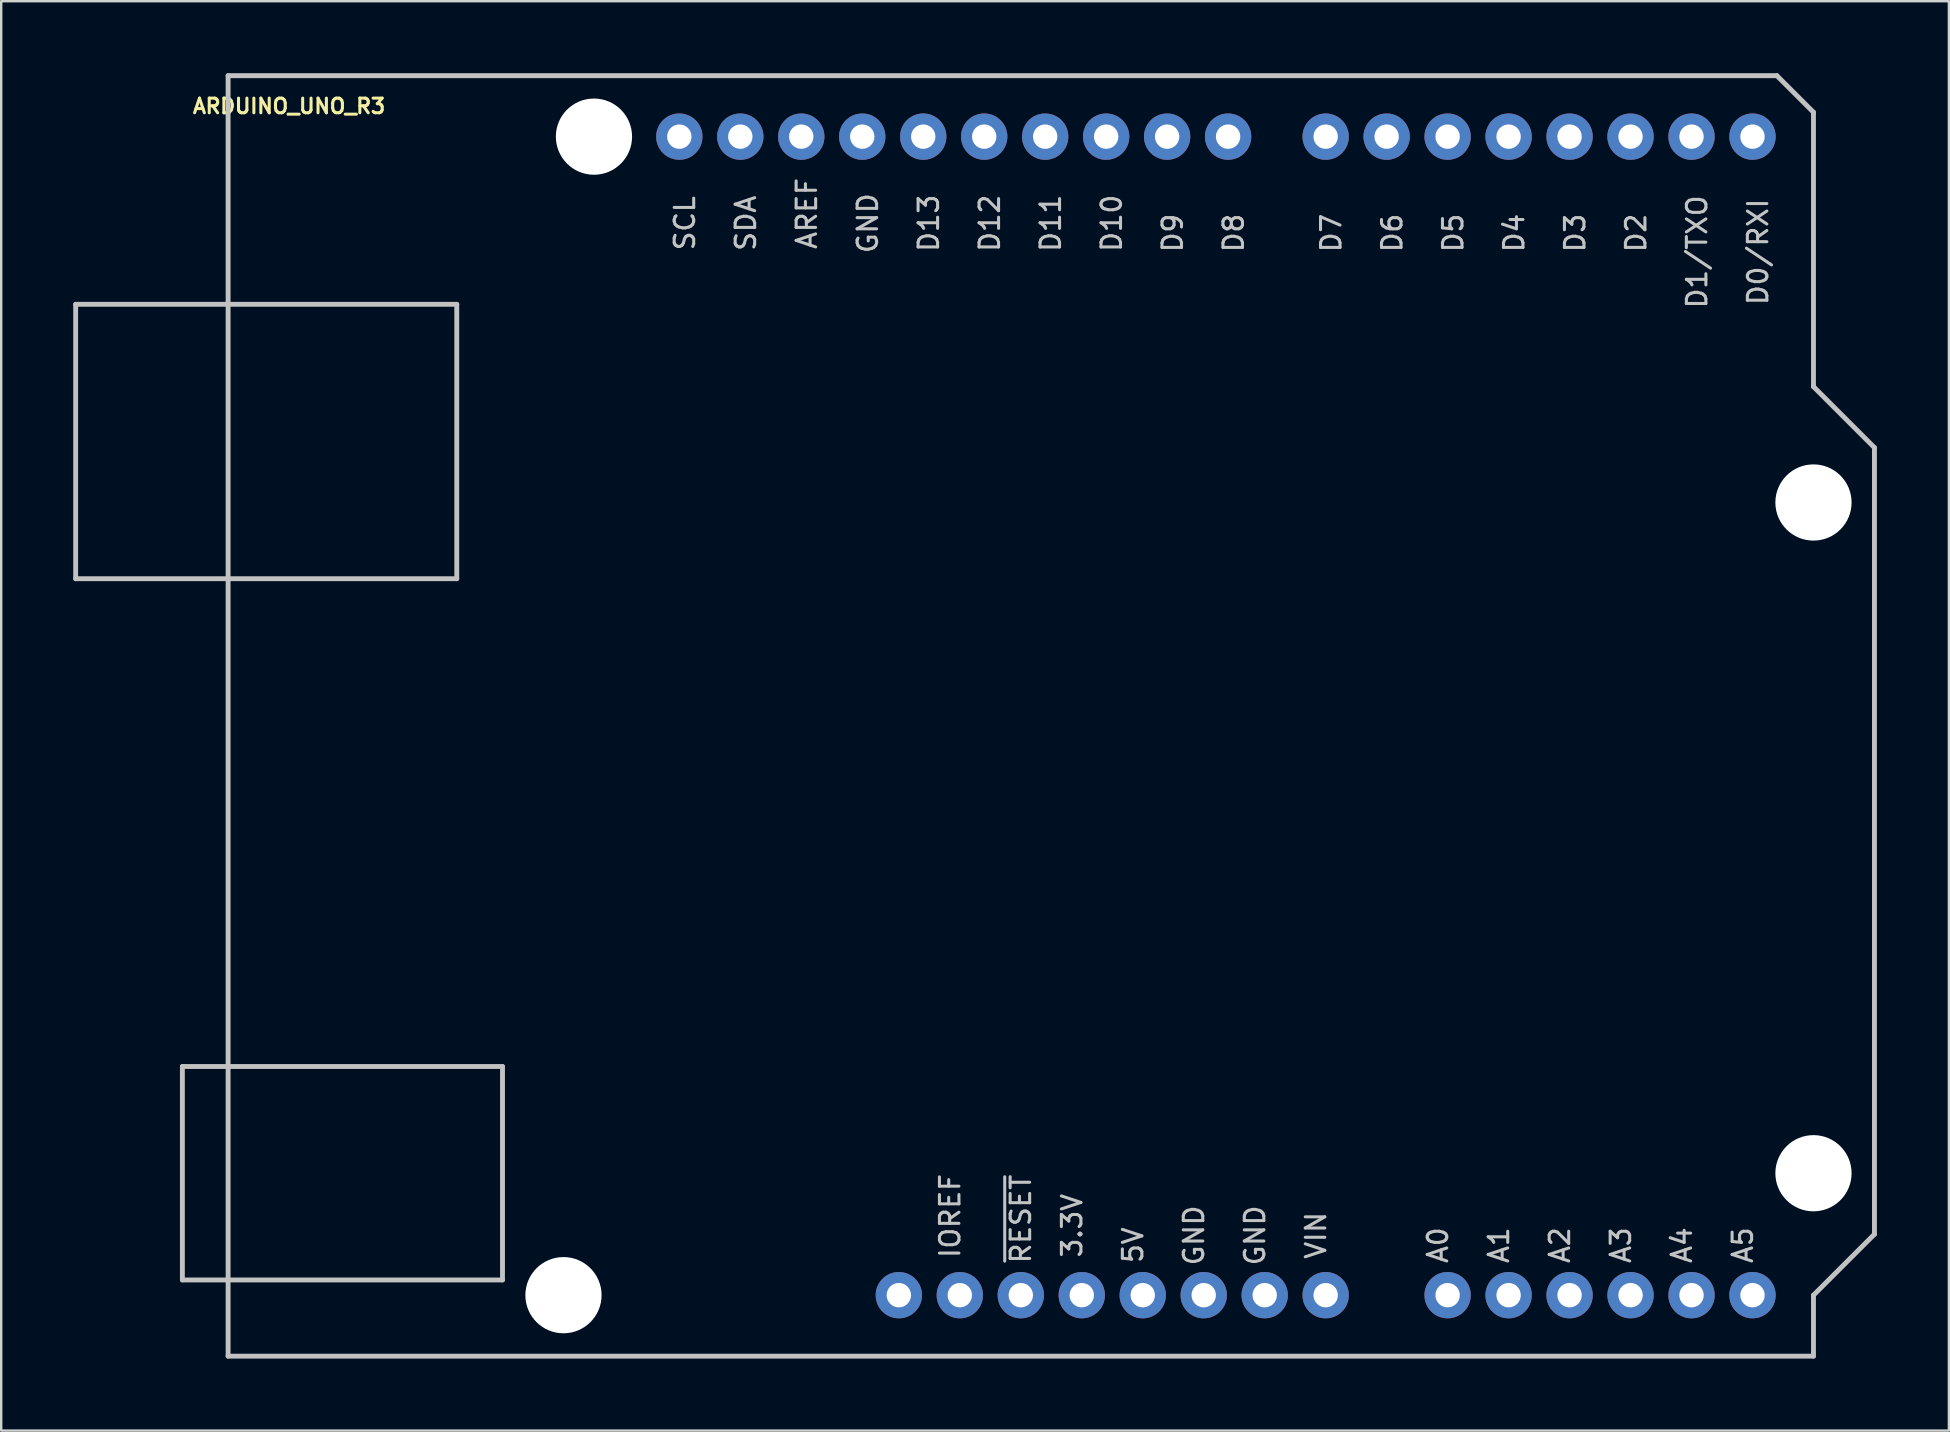
<source format=kicad_pcb>
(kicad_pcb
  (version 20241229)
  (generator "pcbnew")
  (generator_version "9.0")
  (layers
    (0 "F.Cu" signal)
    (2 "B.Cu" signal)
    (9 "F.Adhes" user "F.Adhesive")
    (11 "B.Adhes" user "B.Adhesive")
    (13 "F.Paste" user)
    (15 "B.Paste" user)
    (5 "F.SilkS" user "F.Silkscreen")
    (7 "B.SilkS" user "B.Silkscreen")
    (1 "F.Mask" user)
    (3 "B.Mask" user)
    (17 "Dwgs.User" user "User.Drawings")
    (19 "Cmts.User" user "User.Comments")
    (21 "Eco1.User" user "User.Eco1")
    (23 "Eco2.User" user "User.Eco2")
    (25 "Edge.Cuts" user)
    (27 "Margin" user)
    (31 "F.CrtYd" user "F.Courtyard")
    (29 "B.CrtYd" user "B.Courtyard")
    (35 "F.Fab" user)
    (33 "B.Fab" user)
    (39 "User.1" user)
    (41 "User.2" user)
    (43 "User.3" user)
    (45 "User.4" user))
  (footprint "ARDUINO_UNO_R3"
    (layer "F.Cu")
    (at 39.472 26.772)
    (property "Reference" "ARDUINO_UNO_R3" (at -30.48 -25.4 0) (layer "F.SilkS") (effects (font (size 0.61 0.61) (thickness 0.127))))
    (attr exclude_from_pos_files exclude_from_bom)
    (fp_line (start -39.37 -17.145) (end -23.495 -17.145) (stroke (width 0.203) (type solid)) (layer "Dwgs.User"))
    (fp_line (start -39.37 -5.715) (end -39.37 -17.145) (stroke (width 0.203) (type solid)) (layer "Dwgs.User"))
    (fp_line (start -34.925 14.605) (end -21.59 14.605) (stroke (width 0.203) (type solid)) (layer "Dwgs.User"))
    (fp_line (start -34.925 23.495) (end -34.925 14.605) (stroke (width 0.203) (type solid)) (layer "Dwgs.User"))
    (fp_line (start -33.02 -26.67) (end 31.496 -26.67) (stroke (width 0.203) (type solid)) (layer "Dwgs.User"))
    (fp_line (start -33.02 26.67) (end -33.02 -26.67) (stroke (width 0.203) (type solid)) (layer "Dwgs.User"))
    (fp_line (start -23.495 -17.145) (end -23.495 -5.715) (stroke (width 0.203) (type solid)) (layer "Dwgs.User"))
    (fp_line (start -23.495 -5.715) (end -39.37 -5.715) (stroke (width 0.203) (type solid)) (layer "Dwgs.User"))
    (fp_line (start -21.59 14.605) (end -21.59 23.495) (stroke (width 0.203) (type solid)) (layer "Dwgs.User"))
    (fp_line (start -21.59 23.495) (end -34.925 23.495) (stroke (width 0.203) (type solid)) (layer "Dwgs.User"))
    (fp_line (start 31.496 -26.67) (end 33.02 -25.146) (stroke (width 0.203) (type solid)) (layer "Dwgs.User"))
    (fp_line (start 33.02 -25.146) (end 33.02 -13.716) (stroke (width 0.203) (type solid)) (layer "Dwgs.User"))
    (fp_line (start 33.02 -13.716) (end 35.56 -11.176) (stroke (width 0.203) (type solid)) (layer "Dwgs.User"))
    (fp_line (start 33.02 24.13) (end 33.02 26.67) (stroke (width 0.203) (type solid)) (layer "Dwgs.User"))
    (fp_line (start 33.02 26.67) (end -33.02 26.67) (stroke (width 0.203) (type solid)) (layer "Dwgs.User"))
    (fp_line (start 35.56 -11.176) (end 35.56 21.59) (stroke (width 0.203) (type solid)) (layer "Dwgs.User"))
    (fp_line (start 35.56 21.59) (end 33.02 24.13) (stroke (width 0.203) (type solid)) (layer "Dwgs.User"))
    (fp_text user "D5" (at 18.009 -20.117 90) (layer "Dwgs.User") (effects (font (size 0.813 0.813) (thickness 0.127))))
    (fp_text user "A3" (at 24.994 22.047 90) (layer "Dwgs.User") (effects (font (size 0.813 0.813) (thickness 0.127))))
    (fp_text user "IOREF" (at -2.946 20.828 90) (layer "Dwgs.User") (effects (font (size 0.813 0.813) (thickness 0.127))))
    (fp_text user "3.3V" (at 2.134 21.234 90) (layer "Dwgs.User") (effects (font (size 0.813 0.813) (thickness 0.127))))
    (fp_text user "5V" (at 4.674 22.047 90) (layer "Dwgs.User") (effects (font (size 0.813 0.813) (thickness 0.127))))
    (fp_text user "A5" (at 30.074 22.047 90) (layer "Dwgs.User") (effects (font (size 0.813 0.813) (thickness 0.127))))
    (fp_text user "D2" (at 25.629 -20.117 90) (layer "Dwgs.User") (effects (font (size 0.813 0.813) (thickness 0.127))))
    (fp_text user "D8" (at 8.865 -20.117 90) (layer "Dwgs.User") (effects (font (size 0.813 0.813) (thickness 0.127))))
    (fp_text user "D1/TXO" (at 28.169 -19.329 90) (layer "Dwgs.User") (effects (font (size 0.813 0.813) (thickness 0.127))))
    (fp_text user "A1" (at 19.914 22.047 90) (layer "Dwgs.User") (effects (font (size 0.813 0.813) (thickness 0.127))))
    (fp_text user "D11" (at 1.245 -20.523 90) (layer "Dwgs.User") (effects (font (size 0.813 0.813) (thickness 0.127))))
    (fp_text user "AREF" (at -8.915 -20.93 90) (layer "Dwgs.User") (effects (font (size 0.813 0.813) (thickness 0.127))))
    (fp_text user "SCL" (at -13.995 -20.523 90) (layer "Dwgs.User") (effects (font (size 0.813 0.813) (thickness 0.127))))
    (fp_text user "A4" (at 27.534 22.047 90) (layer "Dwgs.User") (effects (font (size 0.813 0.813) (thickness 0.127))))
    (fp_text user "D4" (at 20.549 -20.117 90) (layer "Dwgs.User") (effects (font (size 0.813 0.813) (thickness 0.127))))
    (fp_text user "GND" (at 7.211 21.641 90) (layer "Dwgs.User") (effects (font (size 0.813 0.813) (thickness 0.127))))
    (fp_text user "A2" (at 22.454 22.047 90) (layer "Dwgs.User") (effects (font (size 0.813 0.813) (thickness 0.127))))
    (fp_text user "D9" (at 6.325 -20.117 90) (layer "Dwgs.User") (effects (font (size 0.813 0.813) (thickness 0.127))))
    (fp_text user "D10" (at 3.785 -20.523 90) (layer "Dwgs.User") (effects (font (size 0.813 0.813) (thickness 0.127))))
    (fp_text user "A0" (at 17.374 22.047 90) (layer "Dwgs.User") (effects (font (size 0.813 0.813) (thickness 0.127))))
    (fp_text user "GND" (at -6.375 -20.523 90) (layer "Dwgs.User") (effects (font (size 0.813 0.813) (thickness 0.127))))
    (fp_text user "D7" (at 12.929 -20.117 90) (layer "Dwgs.User") (effects (font (size 0.813 0.813) (thickness 0.127))))
    (fp_text user "D3" (at 23.089 -20.117 90) (layer "Dwgs.User") (effects (font (size 0.813 0.813) (thickness 0.127))))
    (fp_text user "VIN" (at 12.294 21.641 90) (layer "Dwgs.User") (effects (font (size 0.813 0.813) (thickness 0.127))))
    (fp_text user "D12" (at -1.295 -20.523 90) (layer "Dwgs.User") (effects (font (size 0.813 0.813) (thickness 0.127))))
    (fp_text user "D6" (at 15.469 -20.117 90) (layer "Dwgs.User") (effects (font (size 0.813 0.813) (thickness 0.127))))
    (fp_text user "D0/RXI" (at 30.709 -19.329 90) (layer "Dwgs.User") (effects (font (size 0.813 0.813) (thickness 0.127))))
    (fp_text user "GND" (at 9.754 21.641 90) (layer "Dwgs.User") (effects (font (size 0.813 0.813) (thickness 0.127))))
    (fp_text user "SDA" (at -11.455 -20.523 90) (layer "Dwgs.User") (effects (font (size 0.813 0.813) (thickness 0.127))))
    (fp_text user "D13" (at -3.835 -20.523 90) (layer "Dwgs.User") (effects (font (size 0.813 0.813) (thickness 0.127))))
    (fp_text user "~{RESET}" (at 0 20.955 90) (layer "Dwgs.User") (effects (font (size 0.813 0.813) (thickness 0.127))))
    (pad "" np_thru_hole circle (at -19.05 24.13) (size 3.175 3.175) (drill 3.175) (layers "*.Cu" "*.Mask"))
    (pad "" np_thru_hole circle (at -17.78 -24.13) (size 3.175 3.175) (drill 3.175) (layers "*.Cu" "*.Mask"))
    (pad "" np_thru_hole circle (at 33.02 -8.89) (size 3.175 3.175) (drill 3.175) (layers "*.Cu" "*.Mask"))
    (pad "" np_thru_hole circle (at 33.02 19.05) (size 3.175 3.175) (drill 3.175) (layers "*.Cu" "*.Mask"))
    (pad "3.3V" thru_hole circle (at 2.54 24.13) (size 1.93 1.93) (drill 1.016) (layers "*.Cu" "*.Mask"))
    (pad "5V" thru_hole circle (at 5.08 24.13) (size 1.93 1.93) (drill 1.016) (layers "*.Cu" "*.Mask"))
    (pad "A0" thru_hole circle (at 17.78 24.13) (size 1.93 1.93) (drill 1.016) (layers "*.Cu" "*.Mask"))
    (pad "A1" thru_hole circle (at 20.32 24.13) (size 1.93 1.93) (drill 1.016) (layers "*.Cu" "*.Mask"))
    (pad "A2" thru_hole circle (at 22.86 24.13) (size 1.93 1.93) (drill 1.016) (layers "*.Cu" "*.Mask"))
    (pad "A3" thru_hole circle (at 25.4 24.13) (size 1.93 1.93) (drill 1.016) (layers "*.Cu" "*.Mask"))
    (pad "A4" thru_hole circle (at 27.94 24.13) (size 1.93 1.93) (drill 1.016) (layers "*.Cu" "*.Mask"))
    (pad "A5" thru_hole circle (at 30.48 24.13) (size 1.93 1.93) (drill 1.016) (layers "*.Cu" "*.Mask"))
    (pad "AREF" thru_hole circle (at -9.144 -24.13) (size 1.93 1.93) (drill 1.016) (layers "*.Cu" "*.Mask"))
    (pad "D2" thru_hole circle (at 25.4 -24.13) (size 1.93 1.93) (drill 1.016) (layers "*.Cu" "*.Mask"))
    (pad "D3" thru_hole circle (at 22.86 -24.13) (size 1.93 1.93) (drill 1.016) (layers "*.Cu" "*.Mask"))
    (pad "D4" thru_hole circle (at 20.32 -24.13) (size 1.93 1.93) (drill 1.016) (layers "*.Cu" "*.Mask"))
    (pad "D5" thru_hole circle (at 17.78 -24.13) (size 1.93 1.93) (drill 1.016) (layers "*.Cu" "*.Mask"))
    (pad "D6" thru_hole circle (at 15.24 -24.13) (size 1.93 1.93) (drill 1.016) (layers "*.Cu" "*.Mask"))
    (pad "D7" thru_hole circle (at 12.7 -24.13) (size 1.93 1.93) (drill 1.016) (layers "*.Cu" "*.Mask"))
    (pad "D8" thru_hole circle (at 8.636 -24.13) (size 1.93 1.93) (drill 1.016) (layers "*.Cu" "*.Mask"))
    (pad "D9" thru_hole circle (at 6.096 -24.13) (size 1.93 1.93) (drill 1.016) (layers "*.Cu" "*.Mask"))
    (pad "D10" thru_hole circle (at 3.556 -24.13) (size 1.93 1.93) (drill 1.016) (layers "*.Cu" "*.Mask"))
    (pad "D11" thru_hole circle (at 1.016 -24.13) (size 1.93 1.93) (drill 1.016) (layers "*.Cu" "*.Mask"))
    (pad "D12" thru_hole circle (at -1.524 -24.13) (size 1.93 1.93) (drill 1.016) (layers "*.Cu" "*.Mask"))
    (pad "D13" thru_hole circle (at -4.064 -24.13) (size 1.93 1.93) (drill 1.016) (layers "*.Cu" "*.Mask"))
    (pad "GND@" thru_hole circle (at -6.604 -24.13) (size 1.93 1.93) (drill 1.016) (layers "*.Cu" "*.Mask"))
    (pad "GND@" thru_hole circle (at 7.62 24.13) (size 1.93 1.93) (drill 1.016) (layers "*.Cu" "*.Mask"))
    (pad "GND@" thru_hole circle (at 10.16 24.13) (size 1.93 1.93) (drill 1.016) (layers "*.Cu" "*.Mask"))
    (pad "IORE" thru_hole circle (at -2.54 24.13) (size 1.93 1.93) (drill 1.016) (layers "*.Cu" "*.Mask"))
    (pad "NC" thru_hole circle (at -5.08 24.13) (size 1.93 1.93) (drill 1.016) (layers "*.Cu" "*.Mask"))
    (pad "RES" thru_hole circle (at 0 24.13) (size 1.93 1.93) (drill 1.016) (layers "*.Cu" "*.Mask"))
    (pad "RX" thru_hole circle (at 30.48 -24.13) (size 1.93 1.93) (drill 1.016) (layers "*.Cu" "*.Mask"))
    (pad "SCL" thru_hole circle (at -14.224 -24.13) (size 1.93 1.93) (drill 1.016) (layers "*.Cu" "*.Mask"))
    (pad "SDA" thru_hole circle (at -11.684 -24.13) (size 1.93 1.93) (drill 1.016) (layers "*.Cu" "*.Mask"))
    (pad "TX" thru_hole circle (at 27.94 -24.13) (size 1.93 1.93) (drill 1.016) (layers "*.Cu" "*.Mask"))
    (pad "VIN" thru_hole circle (at 12.7 24.13) (size 1.93 1.93) (drill 1.016) (layers "*.Cu" "*.Mask")))
  (gr_rect
    (start -3 -3)
    (end 78.133 56.543)
    (stroke (width 0.1) (type default))
    (fill no)
    (layer "Edge.Cuts")))
</source>
